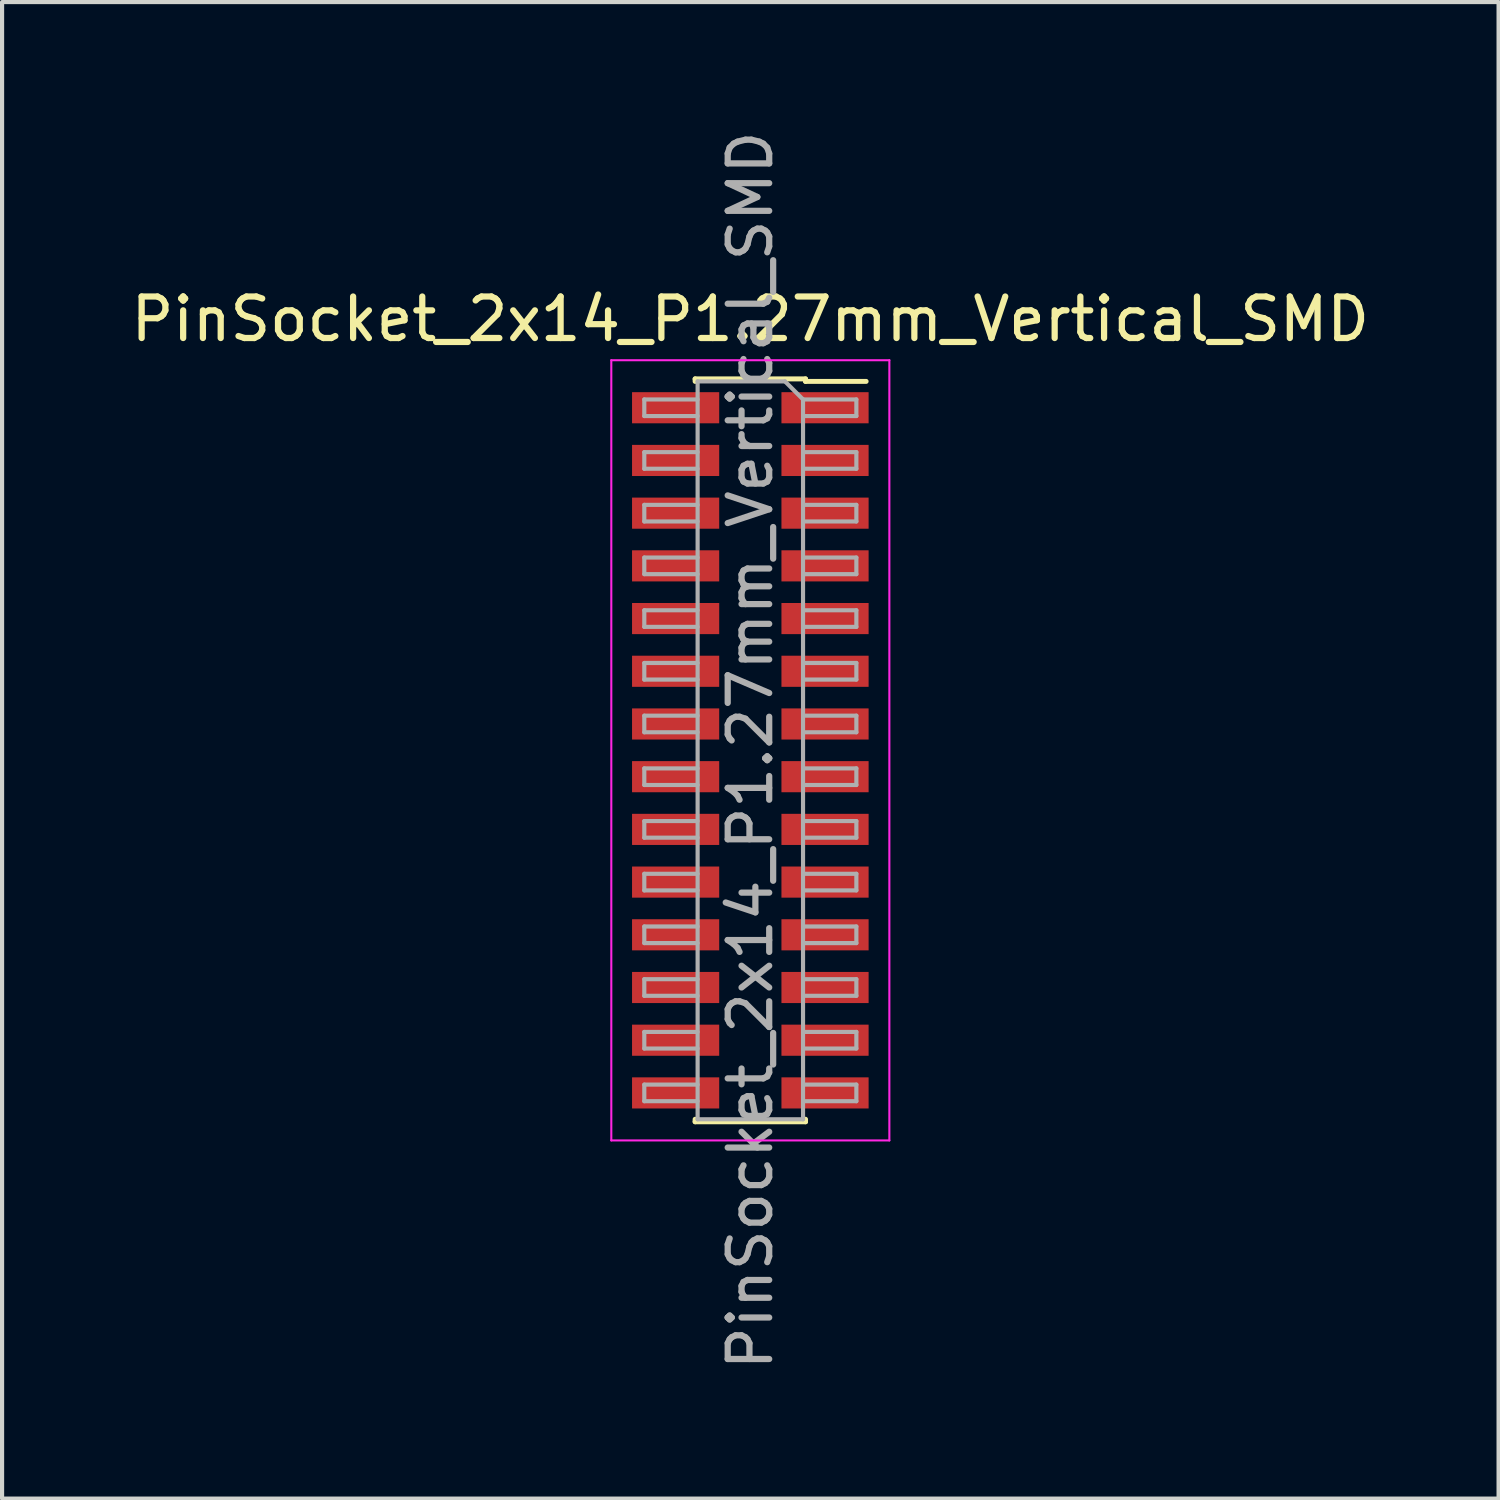
<source format=kicad_pcb>
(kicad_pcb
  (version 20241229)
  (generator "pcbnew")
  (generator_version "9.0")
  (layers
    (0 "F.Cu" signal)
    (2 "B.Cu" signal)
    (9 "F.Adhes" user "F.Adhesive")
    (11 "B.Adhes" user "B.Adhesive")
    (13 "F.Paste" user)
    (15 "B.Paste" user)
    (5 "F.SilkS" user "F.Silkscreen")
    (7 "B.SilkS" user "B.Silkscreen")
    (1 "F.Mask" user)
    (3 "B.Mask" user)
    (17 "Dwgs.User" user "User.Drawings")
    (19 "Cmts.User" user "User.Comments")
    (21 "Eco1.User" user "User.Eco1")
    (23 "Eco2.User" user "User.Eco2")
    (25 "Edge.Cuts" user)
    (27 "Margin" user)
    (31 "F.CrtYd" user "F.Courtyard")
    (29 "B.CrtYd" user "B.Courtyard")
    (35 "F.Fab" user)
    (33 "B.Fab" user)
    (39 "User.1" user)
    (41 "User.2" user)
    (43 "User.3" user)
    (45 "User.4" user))
  (footprint "PinSocket_2x14_P1.27mm_Vertical_SMD"
    (layer "F.Cu")
    (at 15.03 15.03)
    (property "Reference" "PinSocket_2x14_P1.27mm_Vertical_SMD" (at 0 -10.39 0) (layer "F.SilkS") (effects (font (size 1 1) (thickness 0.15))))
    (attr smd)
    (fp_line (start -1.33 -8.95) (end -1.33 -8.89) (stroke (width 0.12) (type solid)) (layer "F.SilkS"))
    (fp_line (start -1.33 -8.95) (end 1.33 -8.95) (stroke (width 0.12) (type solid)) (layer "F.SilkS"))
    (fp_line (start -1.33 8.89) (end -1.33 8.95) (stroke (width 0.12) (type solid)) (layer "F.SilkS"))
    (fp_line (start -1.33 8.95) (end 1.33 8.95) (stroke (width 0.12) (type solid)) (layer "F.SilkS"))
    (fp_line (start 1.33 -8.95) (end 1.33 -8.89) (stroke (width 0.12) (type solid)) (layer "F.SilkS"))
    (fp_line (start 1.33 -8.89) (end 2.79 -8.89) (stroke (width 0.12) (type solid)) (layer "F.SilkS"))
    (fp_line (start 1.33 8.89) (end 1.33 8.95) (stroke (width 0.12) (type solid)) (layer "F.SilkS"))
    (fp_line (start -3.35 -9.4) (end 3.35 -9.4) (stroke (width 0.05) (type solid)) (layer "F.CrtYd"))
    (fp_line (start -3.35 9.4) (end -3.35 -9.4) (stroke (width 0.05) (type solid)) (layer "F.CrtYd"))
    (fp_line (start 3.35 -9.4) (end 3.35 9.4) (stroke (width 0.05) (type solid)) (layer "F.CrtYd"))
    (fp_line (start 3.35 9.4) (end -3.35 9.4) (stroke (width 0.05) (type solid)) (layer "F.CrtYd"))
    (fp_line (start -2.555 -8.455) (end -1.27 -8.455) (stroke (width 0.1) (type solid)) (layer "F.Fab"))
    (fp_line (start -2.555 -8.055) (end -2.555 -8.455) (stroke (width 0.1) (type solid)) (layer "F.Fab"))
    (fp_line (start -2.555 -7.185) (end -1.27 -7.185) (stroke (width 0.1) (type solid)) (layer "F.Fab"))
    (fp_line (start -2.555 -6.785) (end -2.555 -7.185) (stroke (width 0.1) (type solid)) (layer "F.Fab"))
    (fp_line (start -2.555 -5.915) (end -1.27 -5.915) (stroke (width 0.1) (type solid)) (layer "F.Fab"))
    (fp_line (start -2.555 -5.515) (end -2.555 -5.915) (stroke (width 0.1) (type solid)) (layer "F.Fab"))
    (fp_line (start -2.555 -4.645) (end -1.27 -4.645) (stroke (width 0.1) (type solid)) (layer "F.Fab"))
    (fp_line (start -2.555 -4.245) (end -2.555 -4.645) (stroke (width 0.1) (type solid)) (layer "F.Fab"))
    (fp_line (start -2.555 -3.375) (end -1.27 -3.375) (stroke (width 0.1) (type solid)) (layer "F.Fab"))
    (fp_line (start -2.555 -2.975) (end -2.555 -3.375) (stroke (width 0.1) (type solid)) (layer "F.Fab"))
    (fp_line (start -2.555 -2.105) (end -1.27 -2.105) (stroke (width 0.1) (type solid)) (layer "F.Fab"))
    (fp_line (start -2.555 -1.705) (end -2.555 -2.105) (stroke (width 0.1) (type solid)) (layer "F.Fab"))
    (fp_line (start -2.555 -0.835) (end -1.27 -0.835) (stroke (width 0.1) (type solid)) (layer "F.Fab"))
    (fp_line (start -2.555 -0.435) (end -2.555 -0.835) (stroke (width 0.1) (type solid)) (layer "F.Fab"))
    (fp_line (start -2.555 0.435) (end -1.27 0.435) (stroke (width 0.1) (type solid)) (layer "F.Fab"))
    (fp_line (start -2.555 0.835) (end -2.555 0.435) (stroke (width 0.1) (type solid)) (layer "F.Fab"))
    (fp_line (start -2.555 1.705) (end -1.27 1.705) (stroke (width 0.1) (type solid)) (layer "F.Fab"))
    (fp_line (start -2.555 2.105) (end -2.555 1.705) (stroke (width 0.1) (type solid)) (layer "F.Fab"))
    (fp_line (start -2.555 2.975) (end -1.27 2.975) (stroke (width 0.1) (type solid)) (layer "F.Fab"))
    (fp_line (start -2.555 3.375) (end -2.555 2.975) (stroke (width 0.1) (type solid)) (layer "F.Fab"))
    (fp_line (start -2.555 4.245) (end -1.27 4.245) (stroke (width 0.1) (type solid)) (layer "F.Fab"))
    (fp_line (start -2.555 4.645) (end -2.555 4.245) (stroke (width 0.1) (type solid)) (layer "F.Fab"))
    (fp_line (start -2.555 5.515) (end -1.27 5.515) (stroke (width 0.1) (type solid)) (layer "F.Fab"))
    (fp_line (start -2.555 5.915) (end -2.555 5.515) (stroke (width 0.1) (type solid)) (layer "F.Fab"))
    (fp_line (start -2.555 6.785) (end -1.27 6.785) (stroke (width 0.1) (type solid)) (layer "F.Fab"))
    (fp_line (start -2.555 7.185) (end -2.555 6.785) (stroke (width 0.1) (type solid)) (layer "F.Fab"))
    (fp_line (start -2.555 8.055) (end -1.27 8.055) (stroke (width 0.1) (type solid)) (layer "F.Fab"))
    (fp_line (start -2.555 8.455) (end -2.555 8.055) (stroke (width 0.1) (type solid)) (layer "F.Fab"))
    (fp_line (start -1.27 -8.89) (end 0.835 -8.89) (stroke (width 0.1) (type solid)) (layer "F.Fab"))
    (fp_line (start -1.27 -8.055) (end -2.555 -8.055) (stroke (width 0.1) (type solid)) (layer "F.Fab"))
    (fp_line (start -1.27 -6.785) (end -2.555 -6.785) (stroke (width 0.1) (type solid)) (layer "F.Fab"))
    (fp_line (start -1.27 -5.515) (end -2.555 -5.515) (stroke (width 0.1) (type solid)) (layer "F.Fab"))
    (fp_line (start -1.27 -4.245) (end -2.555 -4.245) (stroke (width 0.1) (type solid)) (layer "F.Fab"))
    (fp_line (start -1.27 -2.975) (end -2.555 -2.975) (stroke (width 0.1) (type solid)) (layer "F.Fab"))
    (fp_line (start -1.27 -1.705) (end -2.555 -1.705) (stroke (width 0.1) (type solid)) (layer "F.Fab"))
    (fp_line (start -1.27 -0.435) (end -2.555 -0.435) (stroke (width 0.1) (type solid)) (layer "F.Fab"))
    (fp_line (start -1.27 0.835) (end -2.555 0.835) (stroke (width 0.1) (type solid)) (layer "F.Fab"))
    (fp_line (start -1.27 2.105) (end -2.555 2.105) (stroke (width 0.1) (type solid)) (layer "F.Fab"))
    (fp_line (start -1.27 3.375) (end -2.555 3.375) (stroke (width 0.1) (type solid)) (layer "F.Fab"))
    (fp_line (start -1.27 4.645) (end -2.555 4.645) (stroke (width 0.1) (type solid)) (layer "F.Fab"))
    (fp_line (start -1.27 5.915) (end -2.555 5.915) (stroke (width 0.1) (type solid)) (layer "F.Fab"))
    (fp_line (start -1.27 7.185) (end -2.555 7.185) (stroke (width 0.1) (type solid)) (layer "F.Fab"))
    (fp_line (start -1.27 8.455) (end -2.555 8.455) (stroke (width 0.1) (type solid)) (layer "F.Fab"))
    (fp_line (start -1.27 8.89) (end -1.27 -8.89) (stroke (width 0.1) (type solid)) (layer "F.Fab"))
    (fp_line (start 0.835 -8.89) (end 1.27 -8.455) (stroke (width 0.1) (type solid)) (layer "F.Fab"))
    (fp_line (start 1.27 -8.455) (end 1.27 8.89) (stroke (width 0.1) (type solid)) (layer "F.Fab"))
    (fp_line (start 1.27 -8.455) (end 2.555 -8.455) (stroke (width 0.1) (type solid)) (layer "F.Fab"))
    (fp_line (start 1.27 -7.185) (end 2.555 -7.185) (stroke (width 0.1) (type solid)) (layer "F.Fab"))
    (fp_line (start 1.27 -5.915) (end 2.555 -5.915) (stroke (width 0.1) (type solid)) (layer "F.Fab"))
    (fp_line (start 1.27 -4.645) (end 2.555 -4.645) (stroke (width 0.1) (type solid)) (layer "F.Fab"))
    (fp_line (start 1.27 -3.375) (end 2.555 -3.375) (stroke (width 0.1) (type solid)) (layer "F.Fab"))
    (fp_line (start 1.27 -2.105) (end 2.555 -2.105) (stroke (width 0.1) (type solid)) (layer "F.Fab"))
    (fp_line (start 1.27 -0.835) (end 2.555 -0.835) (stroke (width 0.1) (type solid)) (layer "F.Fab"))
    (fp_line (start 1.27 0.435) (end 2.555 0.435) (stroke (width 0.1) (type solid)) (layer "F.Fab"))
    (fp_line (start 1.27 1.705) (end 2.555 1.705) (stroke (width 0.1) (type solid)) (layer "F.Fab"))
    (fp_line (start 1.27 2.975) (end 2.555 2.975) (stroke (width 0.1) (type solid)) (layer "F.Fab"))
    (fp_line (start 1.27 4.245) (end 2.555 4.245) (stroke (width 0.1) (type solid)) (layer "F.Fab"))
    (fp_line (start 1.27 5.515) (end 2.555 5.515) (stroke (width 0.1) (type solid)) (layer "F.Fab"))
    (fp_line (start 1.27 6.785) (end 2.555 6.785) (stroke (width 0.1) (type solid)) (layer "F.Fab"))
    (fp_line (start 1.27 8.055) (end 2.555 8.055) (stroke (width 0.1) (type solid)) (layer "F.Fab"))
    (fp_line (start 1.27 8.89) (end -1.27 8.89) (stroke (width 0.1) (type solid)) (layer "F.Fab"))
    (fp_line (start 2.555 -8.455) (end 2.555 -8.055) (stroke (width 0.1) (type solid)) (layer "F.Fab"))
    (fp_line (start 2.555 -8.055) (end 1.27 -8.055) (stroke (width 0.1) (type solid)) (layer "F.Fab"))
    (fp_line (start 2.555 -7.185) (end 2.555 -6.785) (stroke (width 0.1) (type solid)) (layer "F.Fab"))
    (fp_line (start 2.555 -6.785) (end 1.27 -6.785) (stroke (width 0.1) (type solid)) (layer "F.Fab"))
    (fp_line (start 2.555 -5.915) (end 2.555 -5.515) (stroke (width 0.1) (type solid)) (layer "F.Fab"))
    (fp_line (start 2.555 -5.515) (end 1.27 -5.515) (stroke (width 0.1) (type solid)) (layer "F.Fab"))
    (fp_line (start 2.555 -4.645) (end 2.555 -4.245) (stroke (width 0.1) (type solid)) (layer "F.Fab"))
    (fp_line (start 2.555 -4.245) (end 1.27 -4.245) (stroke (width 0.1) (type solid)) (layer "F.Fab"))
    (fp_line (start 2.555 -3.375) (end 2.555 -2.975) (stroke (width 0.1) (type solid)) (layer "F.Fab"))
    (fp_line (start 2.555 -2.975) (end 1.27 -2.975) (stroke (width 0.1) (type solid)) (layer "F.Fab"))
    (fp_line (start 2.555 -2.105) (end 2.555 -1.705) (stroke (width 0.1) (type solid)) (layer "F.Fab"))
    (fp_line (start 2.555 -1.705) (end 1.27 -1.705) (stroke (width 0.1) (type solid)) (layer "F.Fab"))
    (fp_line (start 2.555 -0.835) (end 2.555 -0.435) (stroke (width 0.1) (type solid)) (layer "F.Fab"))
    (fp_line (start 2.555 -0.435) (end 1.27 -0.435) (stroke (width 0.1) (type solid)) (layer "F.Fab"))
    (fp_line (start 2.555 0.435) (end 2.555 0.835) (stroke (width 0.1) (type solid)) (layer "F.Fab"))
    (fp_line (start 2.555 0.835) (end 1.27 0.835) (stroke (width 0.1) (type solid)) (layer "F.Fab"))
    (fp_line (start 2.555 1.705) (end 2.555 2.105) (stroke (width 0.1) (type solid)) (layer "F.Fab"))
    (fp_line (start 2.555 2.105) (end 1.27 2.105) (stroke (width 0.1) (type solid)) (layer "F.Fab"))
    (fp_line (start 2.555 2.975) (end 2.555 3.375) (stroke (width 0.1) (type solid)) (layer "F.Fab"))
    (fp_line (start 2.555 3.375) (end 1.27 3.375) (stroke (width 0.1) (type solid)) (layer "F.Fab"))
    (fp_line (start 2.555 4.245) (end 2.555 4.645) (stroke (width 0.1) (type solid)) (layer "F.Fab"))
    (fp_line (start 2.555 4.645) (end 1.27 4.645) (stroke (width 0.1) (type solid)) (layer "F.Fab"))
    (fp_line (start 2.555 5.515) (end 2.555 5.915) (stroke (width 0.1) (type solid)) (layer "F.Fab"))
    (fp_line (start 2.555 5.915) (end 1.27 5.915) (stroke (width 0.1) (type solid)) (layer "F.Fab"))
    (fp_line (start 2.555 6.785) (end 2.555 7.185) (stroke (width 0.1) (type solid)) (layer "F.Fab"))
    (fp_line (start 2.555 7.185) (end 1.27 7.185) (stroke (width 0.1) (type solid)) (layer "F.Fab"))
    (fp_line (start 2.555 8.055) (end 2.555 8.455) (stroke (width 0.1) (type solid)) (layer "F.Fab"))
    (fp_line (start 2.555 8.455) (end 1.27 8.455) (stroke (width 0.1) (type solid)) (layer "F.Fab"))
    (fp_text user "${REFERENCE}" (at 0 0 90) (layer "F.Fab") (effects (font (size 1 1) (thickness 0.15))))
    (pad "1" smd rect (at 1.8 -8.255) (size 2.1 0.75) (layers "F.Cu" "F.Mask" "F.Paste"))
    (pad "2" smd rect (at -1.8 -8.255) (size 2.1 0.75) (layers "F.Cu" "F.Mask" "F.Paste"))
    (pad "3" smd rect (at 1.8 -6.985) (size 2.1 0.75) (layers "F.Cu" "F.Mask" "F.Paste"))
    (pad "4" smd rect (at -1.8 -6.985) (size 2.1 0.75) (layers "F.Cu" "F.Mask" "F.Paste"))
    (pad "5" smd rect (at 1.8 -5.715) (size 2.1 0.75) (layers "F.Cu" "F.Mask" "F.Paste"))
    (pad "6" smd rect (at -1.8 -5.715) (size 2.1 0.75) (layers "F.Cu" "F.Mask" "F.Paste"))
    (pad "7" smd rect (at 1.8 -4.445) (size 2.1 0.75) (layers "F.Cu" "F.Mask" "F.Paste"))
    (pad "8" smd rect (at -1.8 -4.445) (size 2.1 0.75) (layers "F.Cu" "F.Mask" "F.Paste"))
    (pad "9" smd rect (at 1.8 -3.175) (size 2.1 0.75) (layers "F.Cu" "F.Mask" "F.Paste"))
    (pad "10" smd rect (at -1.8 -3.175) (size 2.1 0.75) (layers "F.Cu" "F.Mask" "F.Paste"))
    (pad "11" smd rect (at 1.8 -1.905) (size 2.1 0.75) (layers "F.Cu" "F.Mask" "F.Paste"))
    (pad "12" smd rect (at -1.8 -1.905) (size 2.1 0.75) (layers "F.Cu" "F.Mask" "F.Paste"))
    (pad "13" smd rect (at 1.8 -0.635) (size 2.1 0.75) (layers "F.Cu" "F.Mask" "F.Paste"))
    (pad "14" smd rect (at -1.8 -0.635) (size 2.1 0.75) (layers "F.Cu" "F.Mask" "F.Paste"))
    (pad "15" smd rect (at 1.8 0.635) (size 2.1 0.75) (layers "F.Cu" "F.Mask" "F.Paste"))
    (pad "16" smd rect (at -1.8 0.635) (size 2.1 0.75) (layers "F.Cu" "F.Mask" "F.Paste"))
    (pad "17" smd rect (at 1.8 1.905) (size 2.1 0.75) (layers "F.Cu" "F.Mask" "F.Paste"))
    (pad "18" smd rect (at -1.8 1.905) (size 2.1 0.75) (layers "F.Cu" "F.Mask" "F.Paste"))
    (pad "19" smd rect (at 1.8 3.175) (size 2.1 0.75) (layers "F.Cu" "F.Mask" "F.Paste"))
    (pad "20" smd rect (at -1.8 3.175) (size 2.1 0.75) (layers "F.Cu" "F.Mask" "F.Paste"))
    (pad "21" smd rect (at 1.8 4.445) (size 2.1 0.75) (layers "F.Cu" "F.Mask" "F.Paste"))
    (pad "22" smd rect (at -1.8 4.445) (size 2.1 0.75) (layers "F.Cu" "F.Mask" "F.Paste"))
    (pad "23" smd rect (at 1.8 5.715) (size 2.1 0.75) (layers "F.Cu" "F.Mask" "F.Paste"))
    (pad "24" smd rect (at -1.8 5.715) (size 2.1 0.75) (layers "F.Cu" "F.Mask" "F.Paste"))
    (pad "25" smd rect (at 1.8 6.985) (size 2.1 0.75) (layers "F.Cu" "F.Mask" "F.Paste"))
    (pad "26" smd rect (at -1.8 6.985) (size 2.1 0.75) (layers "F.Cu" "F.Mask" "F.Paste"))
    (pad "27" smd rect (at 1.8 8.255) (size 2.1 0.75) (layers "F.Cu" "F.Mask" "F.Paste"))
    (pad "28" smd rect (at -1.8 8.255) (size 2.1 0.75) (layers "F.Cu" "F.Mask" "F.Paste")))
  (gr_rect
    (start -3 -3)
    (end 33.06 33.06)
    (stroke (width 0.1) (type default))
    (fill no)
    (layer "Edge.Cuts")))
</source>
